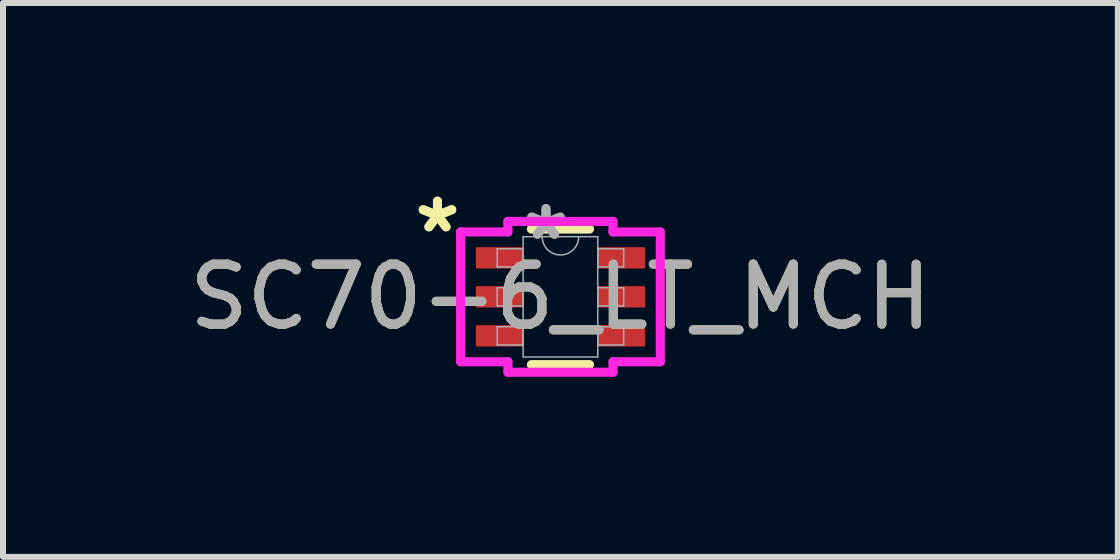
<source format=kicad_pcb>
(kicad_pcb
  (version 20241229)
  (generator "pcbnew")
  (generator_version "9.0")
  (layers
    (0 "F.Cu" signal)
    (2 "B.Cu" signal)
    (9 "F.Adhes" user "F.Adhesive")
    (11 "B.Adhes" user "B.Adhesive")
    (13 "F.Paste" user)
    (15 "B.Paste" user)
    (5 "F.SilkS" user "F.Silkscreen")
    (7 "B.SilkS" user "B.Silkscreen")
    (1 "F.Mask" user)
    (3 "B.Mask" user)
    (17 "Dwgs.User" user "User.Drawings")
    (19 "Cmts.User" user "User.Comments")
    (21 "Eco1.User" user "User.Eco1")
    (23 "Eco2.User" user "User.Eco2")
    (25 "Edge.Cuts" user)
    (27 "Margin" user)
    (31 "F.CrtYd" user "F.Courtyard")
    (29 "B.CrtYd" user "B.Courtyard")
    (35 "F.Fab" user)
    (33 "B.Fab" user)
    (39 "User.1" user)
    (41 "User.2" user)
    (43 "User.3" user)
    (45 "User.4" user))
  (footprint "SC70-6_LT_MCH"
    (layer "F.Cu")
    (at 6.292 1.898)
    (property "Reference" "SC70-6_LT_MCH" (at 0 0 0) (unlocked yes) (layer "F.SilkS") (effects (font (size 1 1) (thickness 0.15))))
    (attr smd)
    (fp_line (start -0.484 1.13) (end 0.484 1.13) (stroke (width 0.152) (type solid)) (layer "F.SilkS"))
    (fp_line (start 0.484 -1.13) (end -0.484 -1.13) (stroke (width 0.152) (type solid)) (layer "F.SilkS"))
    (fp_line (start -1.664 -1.082) (end -0.876 -1.082) (stroke (width 0.152) (type solid)) (layer "F.CrtYd"))
    (fp_line (start -1.664 1.082) (end -1.664 -1.082) (stroke (width 0.152) (type solid)) (layer "F.CrtYd"))
    (fp_line (start -1.664 1.082) (end -0.876 1.082) (stroke (width 0.152) (type solid)) (layer "F.CrtYd"))
    (fp_line (start -0.876 -1.257) (end 0.876 -1.257) (stroke (width 0.152) (type solid)) (layer "F.CrtYd"))
    (fp_line (start -0.876 -1.082) (end -0.876 -1.257) (stroke (width 0.152) (type solid)) (layer "F.CrtYd"))
    (fp_line (start -0.876 1.257) (end -0.876 1.082) (stroke (width 0.152) (type solid)) (layer "F.CrtYd"))
    (fp_line (start 0.876 -1.257) (end 0.876 -1.082) (stroke (width 0.152) (type solid)) (layer "F.CrtYd"))
    (fp_line (start 0.876 1.082) (end 0.876 1.257) (stroke (width 0.152) (type solid)) (layer "F.CrtYd"))
    (fp_line (start 0.876 1.257) (end -0.876 1.257) (stroke (width 0.152) (type solid)) (layer "F.CrtYd"))
    (fp_line (start 1.664 -1.082) (end 0.876 -1.082) (stroke (width 0.152) (type solid)) (layer "F.CrtYd"))
    (fp_line (start 1.664 -1.082) (end 1.664 1.082) (stroke (width 0.152) (type solid)) (layer "F.CrtYd"))
    (fp_line (start 1.664 1.082) (end 0.876 1.082) (stroke (width 0.152) (type solid)) (layer "F.CrtYd"))
    (fp_line (start -1.054 -0.802) (end -1.054 -0.498) (stroke (width 0.025) (type solid)) (layer "F.Fab"))
    (fp_line (start -1.054 -0.498) (end -0.622 -0.498) (stroke (width 0.025) (type solid)) (layer "F.Fab"))
    (fp_line (start -1.054 -0.152) (end -1.054 0.152) (stroke (width 0.025) (type solid)) (layer "F.Fab"))
    (fp_line (start -1.054 0.152) (end -0.622 0.152) (stroke (width 0.025) (type solid)) (layer "F.Fab"))
    (fp_line (start -1.054 0.498) (end -1.054 0.802) (stroke (width 0.025) (type solid)) (layer "F.Fab"))
    (fp_line (start -1.054 0.802) (end -0.622 0.802) (stroke (width 0.025) (type solid)) (layer "F.Fab"))
    (fp_line (start -0.622 -1.003) (end -0.622 1.003) (stroke (width 0.025) (type solid)) (layer "F.Fab"))
    (fp_line (start -0.622 -0.802) (end -1.054 -0.802) (stroke (width 0.025) (type solid)) (layer "F.Fab"))
    (fp_line (start -0.622 -0.498) (end -0.622 -0.802) (stroke (width 0.025) (type solid)) (layer "F.Fab"))
    (fp_line (start -0.622 -0.152) (end -1.054 -0.152) (stroke (width 0.025) (type solid)) (layer "F.Fab"))
    (fp_line (start -0.622 0.152) (end -0.622 -0.152) (stroke (width 0.025) (type solid)) (layer "F.Fab"))
    (fp_line (start -0.622 0.498) (end -1.054 0.498) (stroke (width 0.025) (type solid)) (layer "F.Fab"))
    (fp_line (start -0.622 0.802) (end -0.622 0.498) (stroke (width 0.025) (type solid)) (layer "F.Fab"))
    (fp_line (start -0.622 1.003) (end 0.622 1.003) (stroke (width 0.025) (type solid)) (layer "F.Fab"))
    (fp_line (start 0.622 -1.003) (end -0.622 -1.003) (stroke (width 0.025) (type solid)) (layer "F.Fab"))
    (fp_line (start 0.622 -0.802) (end 0.622 -0.498) (stroke (width 0.025) (type solid)) (layer "F.Fab"))
    (fp_line (start 0.622 -0.498) (end 1.054 -0.498) (stroke (width 0.025) (type solid)) (layer "F.Fab"))
    (fp_line (start 0.622 -0.152) (end 0.622 0.152) (stroke (width 0.025) (type solid)) (layer "F.Fab"))
    (fp_line (start 0.622 0.152) (end 1.054 0.152) (stroke (width 0.025) (type solid)) (layer "F.Fab"))
    (fp_line (start 0.622 0.498) (end 0.622 0.802) (stroke (width 0.025) (type solid)) (layer "F.Fab"))
    (fp_line (start 0.622 0.802) (end 1.054 0.802) (stroke (width 0.025) (type solid)) (layer "F.Fab"))
    (fp_line (start 0.622 1.003) (end 0.622 -1.003) (stroke (width 0.025) (type solid)) (layer "F.Fab"))
    (fp_line (start 1.054 -0.802) (end 0.622 -0.802) (stroke (width 0.025) (type solid)) (layer "F.Fab"))
    (fp_line (start 1.054 -0.498) (end 1.054 -0.802) (stroke (width 0.025) (type solid)) (layer "F.Fab"))
    (fp_line (start 1.054 -0.152) (end 0.622 -0.152) (stroke (width 0.025) (type solid)) (layer "F.Fab"))
    (fp_line (start 1.054 0.152) (end 1.054 -0.152) (stroke (width 0.025) (type solid)) (layer "F.Fab"))
    (fp_line (start 1.054 0.498) (end 0.622 0.498) (stroke (width 0.025) (type solid)) (layer "F.Fab"))
    (fp_line (start 1.054 0.802) (end 1.054 0.498) (stroke (width 0.025) (type solid)) (layer "F.Fab"))
    (fp_arc (start 0.3048 -1.0033) (mid 0 -0.6985) (end -0.3048 -1.0033) (stroke (width 0.0254) (type solid)) (layer "F.Fab"))
    (fp_text user "*" (at -2.05 -1.05 0) (unlocked yes) (layer "F.SilkS") (effects (font (size 1 1) (thickness 0.15))))
    (fp_text user "*" (at -2.05 -1.05 0) (layer "F.SilkS") (effects (font (size 1 1) (thickness 0.15))))
    (fp_text user "${REFERENCE}" (at 0 0 0) (unlocked yes) (layer "F.Fab") (effects (font (size 1 1) (thickness 0.15))))
    (fp_text user "*" (at -0.241 -0.927 0) (layer "F.Fab") (effects (font (size 1 1) (thickness 0.15))))
    (fp_text user "*" (at -0.241 -0.927 0) (unlocked yes) (layer "F.Fab") (effects (font (size 1 1) (thickness 0.15))))
    (pad "1" smd rect (at -1.016 -0.65) (size 0.787 0.356) (layers "F.Cu" "F.Mask" "F.Paste"))
    (pad "2" smd rect (at -1.016 0) (size 0.787 0.356) (layers "F.Cu" "F.Mask" "F.Paste"))
    (pad "3" smd rect (at -1.016 0.65) (size 0.787 0.356) (layers "F.Cu" "F.Mask" "F.Paste"))
    (pad "4" smd rect (at 1.016 0.65) (size 0.787 0.356) (layers "F.Cu" "F.Mask" "F.Paste"))
    (pad "5" smd rect (at 1.016 0) (size 0.787 0.356) (layers "F.Cu" "F.Mask" "F.Paste"))
    (pad "6" smd rect (at 1.016 -0.65) (size 0.787 0.356) (layers "F.Cu" "F.Mask" "F.Paste")))
  (gr_rect
    (start -3 -3)
    (end 15.583 6.232)
    (stroke (width 0.1) (type default))
    (fill no)
    (layer "Edge.Cuts")))
</source>
